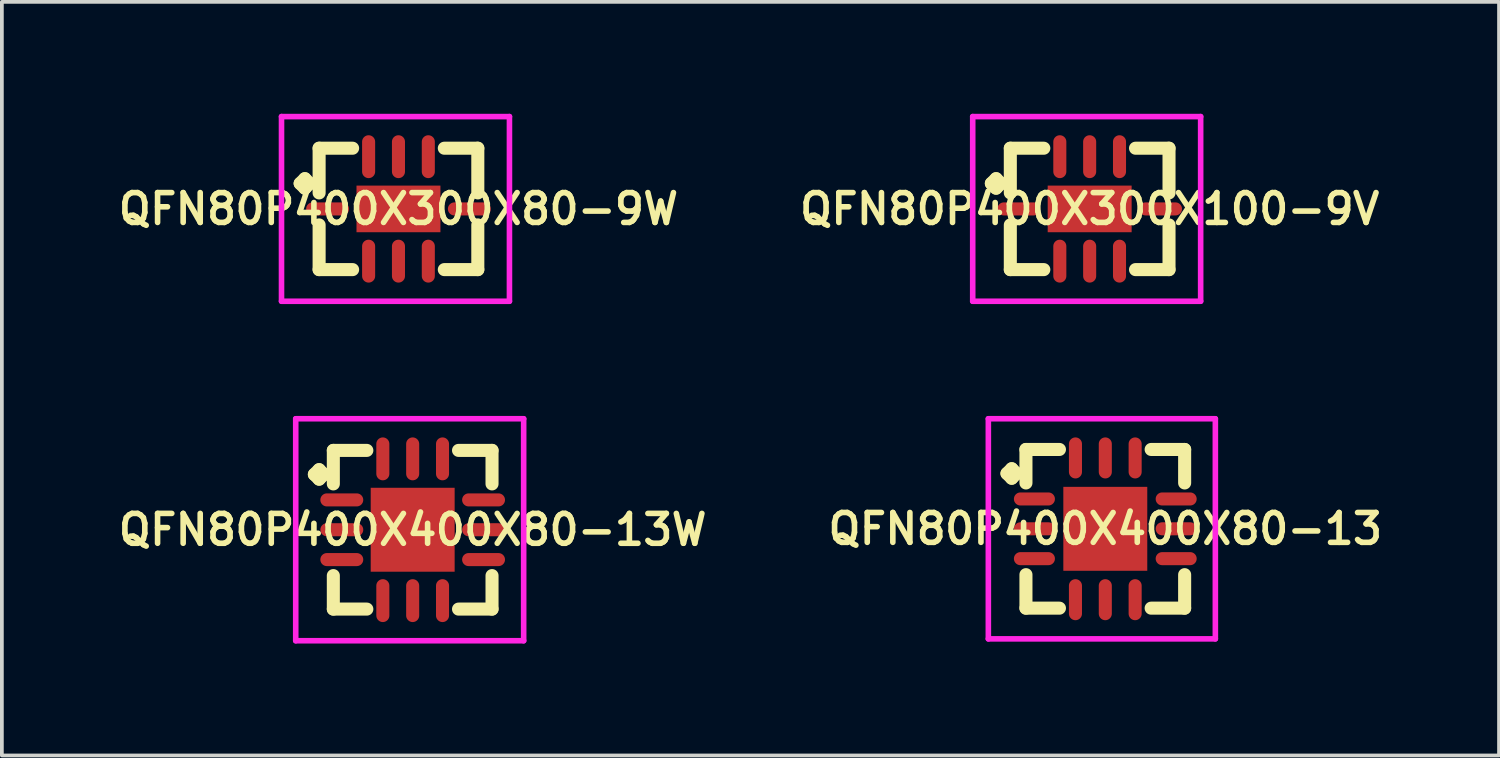
<source format=kicad_pcb>
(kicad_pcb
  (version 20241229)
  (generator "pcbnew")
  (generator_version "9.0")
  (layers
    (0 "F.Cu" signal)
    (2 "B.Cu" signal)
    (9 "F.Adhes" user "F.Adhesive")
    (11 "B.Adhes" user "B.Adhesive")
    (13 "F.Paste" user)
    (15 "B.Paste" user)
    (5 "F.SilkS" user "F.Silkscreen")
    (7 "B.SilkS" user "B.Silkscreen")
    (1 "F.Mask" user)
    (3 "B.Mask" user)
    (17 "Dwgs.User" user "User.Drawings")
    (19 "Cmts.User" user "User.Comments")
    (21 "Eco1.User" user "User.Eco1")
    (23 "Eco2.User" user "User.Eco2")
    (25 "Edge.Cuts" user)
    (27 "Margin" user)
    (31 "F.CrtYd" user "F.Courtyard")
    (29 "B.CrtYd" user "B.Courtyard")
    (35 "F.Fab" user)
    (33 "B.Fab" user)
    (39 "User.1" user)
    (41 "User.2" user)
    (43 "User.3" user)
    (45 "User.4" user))
  (footprint "QFN80P400X400X80-13"
    (layer "F.Cu")
    (at 26.578 11.125)
    (property "Reference" "QFN80P400X400X80-13" (at 0 0 0) (layer "F.SilkS") (effects (font (size 0.8 0.8) (thickness 0.15))))
    (attr smd)
    (fp_line (start -2.635 -1.483) (end -2.508 -1.61) (stroke (width 0.35) (type solid)) (layer "F.SilkS"))
    (fp_line (start -2.508 -1.61) (end -2.381 -1.483) (stroke (width 0.35) (type solid)) (layer "F.SilkS"))
    (fp_line (start -2.508 -1.356) (end -2.635 -1.483) (stroke (width 0.35) (type solid)) (layer "F.SilkS"))
    (fp_line (start -2.381 -1.483) (end -2.508 -1.356) (stroke (width 0.35) (type solid)) (layer "F.SilkS"))
    (fp_line (start -2.127 -2.127) (end -1.229 -2.127) (stroke (width 0.35) (type solid)) (layer "F.SilkS"))
    (fp_line (start -2.127 -1.229) (end -2.127 -2.127) (stroke (width 0.35) (type solid)) (layer "F.SilkS"))
    (fp_line (start -2.127 1.229) (end -2.127 2.127) (stroke (width 0.35) (type solid)) (layer "F.SilkS"))
    (fp_line (start -2.127 2.127) (end -1.229 2.127) (stroke (width 0.35) (type solid)) (layer "F.SilkS"))
    (fp_line (start 1.229 -2.127) (end 2.127 -2.127) (stroke (width 0.35) (type solid)) (layer "F.SilkS"))
    (fp_line (start 1.229 2.127) (end 2.127 2.127) (stroke (width 0.35) (type solid)) (layer "F.SilkS"))
    (fp_line (start 2.127 -2.127) (end 2.127 -1.229) (stroke (width 0.35) (type solid)) (layer "F.SilkS"))
    (fp_line (start 2.127 2.127) (end 2.127 1.229) (stroke (width 0.35) (type solid)) (layer "F.SilkS"))
    (fp_line (start -3.135 -2.95) (end 2.95 -2.95) (stroke (width 0.15) (type solid)) (layer "F.CrtYd"))
    (fp_line (start -3.135 2.95) (end -3.135 -2.95) (stroke (width 0.15) (type solid)) (layer "F.CrtYd"))
    (fp_line (start 2.95 -2.95) (end 2.95 2.95) (stroke (width 0.15) (type solid)) (layer "F.CrtYd"))
    (fp_line (start 2.95 2.95) (end -3.135 2.95) (stroke (width 0.15) (type solid)) (layer "F.CrtYd"))
    (pad "1" smd oval (at -1.9 -0.8) (size 1.1 0.35) (layers "F.Cu" "F.Mask" "F.Paste"))
    (pad "2" smd oval (at -1.9 0) (size 1.1 0.35) (layers "F.Cu" "F.Mask" "F.Paste"))
    (pad "3" smd oval (at -1.9 0.8) (size 1.1 0.35) (layers "F.Cu" "F.Mask" "F.Paste"))
    (pad "4" smd oval (at -0.8 1.9) (size 0.35 1.1) (layers "F.Cu" "F.Mask" "F.Paste"))
    (pad "5" smd oval (at 0 1.9) (size 0.35 1.1) (layers "F.Cu" "F.Mask" "F.Paste"))
    (pad "6" smd oval (at 0.8 1.9) (size 0.35 1.1) (layers "F.Cu" "F.Mask" "F.Paste"))
    (pad "7" smd oval (at 1.9 0.8) (size 1.1 0.35) (layers "F.Cu" "F.Mask" "F.Paste"))
    (pad "8" smd oval (at 1.9 0) (size 1.1 0.35) (layers "F.Cu" "F.Mask" "F.Paste"))
    (pad "9" smd oval (at 1.9 -0.8) (size 1.1 0.35) (layers "F.Cu" "F.Mask" "F.Paste"))
    (pad "10" smd oval (at 0.8 -1.9) (size 0.35 1.1) (layers "F.Cu" "F.Mask" "F.Paste"))
    (pad "11" smd oval (at 0 -1.9) (size 0.35 1.1) (layers "F.Cu" "F.Mask" "F.Paste"))
    (pad "12" smd oval (at -0.8 -1.9) (size 0.35 1.1) (layers "F.Cu" "F.Mask" "F.Paste"))
    (pad "13" smd rect (at 0 0) (size 2.25 2.25) (layers "F.Cu" "F.Mask" "F.Paste")))
  (footprint "QFN80P400X300X100-9V"
    (layer "F.Cu")
    (at 26.159 2.55)
    (property "Reference" "QFN80P400X300X100-9V" (at 0 0 0) (layer "F.SilkS") (effects (font (size 0.8 0.8) (thickness 0.15))))
    (attr smd)
    (fp_line (start -2.635 -0.683) (end -2.508 -0.81) (stroke (width 0.35) (type solid)) (layer "F.SilkS"))
    (fp_line (start -2.508 -0.81) (end -2.381 -0.683) (stroke (width 0.35) (type solid)) (layer "F.SilkS"))
    (fp_line (start -2.508 -0.556) (end -2.635 -0.683) (stroke (width 0.35) (type solid)) (layer "F.SilkS"))
    (fp_line (start -2.381 -0.683) (end -2.508 -0.556) (stroke (width 0.35) (type solid)) (layer "F.SilkS"))
    (fp_line (start -2.127 -1.627) (end -1.229 -1.627) (stroke (width 0.35) (type solid)) (layer "F.SilkS"))
    (fp_line (start -2.127 -0.429) (end -2.127 -1.627) (stroke (width 0.35) (type solid)) (layer "F.SilkS"))
    (fp_line (start -2.127 0.429) (end -2.127 1.627) (stroke (width 0.35) (type solid)) (layer "F.SilkS"))
    (fp_line (start -2.127 1.627) (end -1.229 1.627) (stroke (width 0.35) (type solid)) (layer "F.SilkS"))
    (fp_line (start 1.229 -1.627) (end 2.127 -1.627) (stroke (width 0.35) (type solid)) (layer "F.SilkS"))
    (fp_line (start 1.229 1.627) (end 2.127 1.627) (stroke (width 0.35) (type solid)) (layer "F.SilkS"))
    (fp_line (start 2.127 -1.627) (end 2.127 -0.429) (stroke (width 0.35) (type solid)) (layer "F.SilkS"))
    (fp_line (start 2.127 1.627) (end 2.127 0.429) (stroke (width 0.35) (type solid)) (layer "F.SilkS"))
    (fp_line (start -3.135 -2.475) (end 2.975 -2.475) (stroke (width 0.15) (type solid)) (layer "F.CrtYd"))
    (fp_line (start -3.135 2.475) (end -3.135 -2.475) (stroke (width 0.15) (type solid)) (layer "F.CrtYd"))
    (fp_line (start 2.975 -2.475) (end 2.975 2.475) (stroke (width 0.15) (type solid)) (layer "F.CrtYd"))
    (fp_line (start 2.975 2.475) (end -3.135 2.475) (stroke (width 0.15) (type solid)) (layer "F.CrtYd"))
    (pad "1" smd oval (at -1.9 0) (size 1.15 0.35) (layers "F.Cu" "F.Mask" "F.Paste"))
    (pad "2" smd oval (at -0.8 1.4) (size 0.35 1.15) (layers "F.Cu" "F.Mask" "F.Paste"))
    (pad "3" smd oval (at 0 1.4) (size 0.35 1.15) (layers "F.Cu" "F.Mask" "F.Paste"))
    (pad "4" smd oval (at 0.8 1.4) (size 0.35 1.15) (layers "F.Cu" "F.Mask" "F.Paste"))
    (pad "5" smd oval (at 1.9 0) (size 1.15 0.35) (layers "F.Cu" "F.Mask" "F.Paste"))
    (pad "6" smd oval (at 0.8 -1.4) (size 0.35 1.15) (layers "F.Cu" "F.Mask" "F.Paste"))
    (pad "7" smd oval (at 0 -1.4) (size 0.35 1.15) (layers "F.Cu" "F.Mask" "F.Paste"))
    (pad "8" smd oval (at -0.8 -1.4) (size 0.35 1.15) (layers "F.Cu" "F.Mask" "F.Paste"))
    (pad "9" smd rect (at 0 0) (size 2.25 1.25) (layers "F.Cu" "F.Mask" "F.Paste")))
  (footprint "QFN80P400X300X80-9W"
    (layer "F.Cu")
    (at 7.631 2.55)
    (property "Reference" "QFN80P400X300X80-9W" (at 0 0 0) (layer "F.SilkS") (effects (font (size 0.8 0.8) (thickness 0.15))))
    (attr smd)
    (fp_line (start -2.635 -0.683) (end -2.508 -0.81) (stroke (width 0.35) (type solid)) (layer "F.SilkS"))
    (fp_line (start -2.508 -0.81) (end -2.381 -0.683) (stroke (width 0.35) (type solid)) (layer "F.SilkS"))
    (fp_line (start -2.508 -0.556) (end -2.635 -0.683) (stroke (width 0.35) (type solid)) (layer "F.SilkS"))
    (fp_line (start -2.381 -0.683) (end -2.508 -0.556) (stroke (width 0.35) (type solid)) (layer "F.SilkS"))
    (fp_line (start -2.127 -1.627) (end -1.229 -1.627) (stroke (width 0.35) (type solid)) (layer "F.SilkS"))
    (fp_line (start -2.127 -0.429) (end -2.127 -1.627) (stroke (width 0.35) (type solid)) (layer "F.SilkS"))
    (fp_line (start -2.127 0.429) (end -2.127 1.627) (stroke (width 0.35) (type solid)) (layer "F.SilkS"))
    (fp_line (start -2.127 1.627) (end -1.229 1.627) (stroke (width 0.35) (type solid)) (layer "F.SilkS"))
    (fp_line (start 1.229 -1.627) (end 2.127 -1.627) (stroke (width 0.35) (type solid)) (layer "F.SilkS"))
    (fp_line (start 1.229 1.627) (end 2.127 1.627) (stroke (width 0.35) (type solid)) (layer "F.SilkS"))
    (fp_line (start 2.127 -1.627) (end 2.127 -0.429) (stroke (width 0.35) (type solid)) (layer "F.SilkS"))
    (fp_line (start 2.127 1.627) (end 2.127 0.429) (stroke (width 0.35) (type solid)) (layer "F.SilkS"))
    (fp_line (start -3.135 -2.475) (end 2.975 -2.475) (stroke (width 0.15) (type solid)) (layer "F.CrtYd"))
    (fp_line (start -3.135 2.475) (end -3.135 -2.475) (stroke (width 0.15) (type solid)) (layer "F.CrtYd"))
    (fp_line (start 2.975 -2.475) (end 2.975 2.475) (stroke (width 0.15) (type solid)) (layer "F.CrtYd"))
    (fp_line (start 2.975 2.475) (end -3.135 2.475) (stroke (width 0.15) (type solid)) (layer "F.CrtYd"))
    (pad "1" smd oval (at -1.9 0) (size 1.15 0.35) (layers "F.Cu" "F.Mask" "F.Paste"))
    (pad "2" smd oval (at -0.8 1.4) (size 0.35 1.15) (layers "F.Cu" "F.Mask" "F.Paste"))
    (pad "3" smd oval (at 0 1.4) (size 0.35 1.15) (layers "F.Cu" "F.Mask" "F.Paste"))
    (pad "4" smd oval (at 0.8 1.4) (size 0.35 1.15) (layers "F.Cu" "F.Mask" "F.Paste"))
    (pad "5" smd oval (at 1.9 0) (size 1.15 0.35) (layers "F.Cu" "F.Mask" "F.Paste"))
    (pad "6" smd oval (at 0.8 -1.4) (size 0.35 1.15) (layers "F.Cu" "F.Mask" "F.Paste"))
    (pad "7" smd oval (at 0 -1.4) (size 0.35 1.15) (layers "F.Cu" "F.Mask" "F.Paste"))
    (pad "8" smd oval (at -0.8 -1.4) (size 0.35 1.15) (layers "F.Cu" "F.Mask" "F.Paste"))
    (pad "9" smd rect (at 0 0) (size 2.25 1.25) (layers "F.Cu" "F.Mask" "F.Paste")))
  (footprint "QFN80P400X400X80-13W"
    (layer "F.Cu")
    (at 8.012 11.15)
    (property "Reference" "QFN80P400X400X80-13W" (at 0 0 0) (layer "F.SilkS") (effects (font (size 0.8 0.8) (thickness 0.15))))
    (attr smd)
    (fp_line (start -2.635 -1.483) (end -2.508 -1.61) (stroke (width 0.35) (type solid)) (layer "F.SilkS"))
    (fp_line (start -2.508 -1.61) (end -2.381 -1.483) (stroke (width 0.35) (type solid)) (layer "F.SilkS"))
    (fp_line (start -2.508 -1.356) (end -2.635 -1.483) (stroke (width 0.35) (type solid)) (layer "F.SilkS"))
    (fp_line (start -2.381 -1.483) (end -2.508 -1.356) (stroke (width 0.35) (type solid)) (layer "F.SilkS"))
    (fp_line (start -2.127 -2.127) (end -1.229 -2.127) (stroke (width 0.35) (type solid)) (layer "F.SilkS"))
    (fp_line (start -2.127 -1.229) (end -2.127 -2.127) (stroke (width 0.35) (type solid)) (layer "F.SilkS"))
    (fp_line (start -2.127 1.229) (end -2.127 2.127) (stroke (width 0.35) (type solid)) (layer "F.SilkS"))
    (fp_line (start -2.127 2.127) (end -1.229 2.127) (stroke (width 0.35) (type solid)) (layer "F.SilkS"))
    (fp_line (start 1.229 -2.127) (end 2.127 -2.127) (stroke (width 0.35) (type solid)) (layer "F.SilkS"))
    (fp_line (start 1.229 2.127) (end 2.127 2.127) (stroke (width 0.35) (type solid)) (layer "F.SilkS"))
    (fp_line (start 2.127 -2.127) (end 2.127 -1.229) (stroke (width 0.35) (type solid)) (layer "F.SilkS"))
    (fp_line (start 2.127 2.127) (end 2.127 1.229) (stroke (width 0.35) (type solid)) (layer "F.SilkS"))
    (fp_line (start -3.135 -2.975) (end 2.975 -2.975) (stroke (width 0.15) (type solid)) (layer "F.CrtYd"))
    (fp_line (start -3.135 2.975) (end -3.135 -2.975) (stroke (width 0.15) (type solid)) (layer "F.CrtYd"))
    (fp_line (start 2.975 -2.975) (end 2.975 2.975) (stroke (width 0.15) (type solid)) (layer "F.CrtYd"))
    (fp_line (start 2.975 2.975) (end -3.135 2.975) (stroke (width 0.15) (type solid)) (layer "F.CrtYd"))
    (pad "1" smd oval (at -1.9 -0.8) (size 1.15 0.35) (layers "F.Cu" "F.Mask" "F.Paste"))
    (pad "2" smd oval (at -1.9 0) (size 1.15 0.35) (layers "F.Cu" "F.Mask" "F.Paste"))
    (pad "3" smd oval (at -1.9 0.8) (size 1.15 0.35) (layers "F.Cu" "F.Mask" "F.Paste"))
    (pad "4" smd oval (at -0.8 1.9) (size 0.35 1.15) (layers "F.Cu" "F.Mask" "F.Paste"))
    (pad "5" smd oval (at 0 1.9) (size 0.35 1.15) (layers "F.Cu" "F.Mask" "F.Paste"))
    (pad "6" smd oval (at 0.8 1.9) (size 0.35 1.15) (layers "F.Cu" "F.Mask" "F.Paste"))
    (pad "7" smd oval (at 1.9 0.8) (size 1.15 0.35) (layers "F.Cu" "F.Mask" "F.Paste"))
    (pad "8" smd oval (at 1.9 0) (size 1.15 0.35) (layers "F.Cu" "F.Mask" "F.Paste"))
    (pad "9" smd oval (at 1.9 -0.8) (size 1.15 0.35) (layers "F.Cu" "F.Mask" "F.Paste"))
    (pad "10" smd oval (at 0.8 -1.9) (size 0.35 1.15) (layers "F.Cu" "F.Mask" "F.Paste"))
    (pad "11" smd oval (at 0 -1.9) (size 0.35 1.15) (layers "F.Cu" "F.Mask" "F.Paste"))
    (pad "12" smd oval (at -0.8 -1.9) (size 0.35 1.15) (layers "F.Cu" "F.Mask" "F.Paste"))
    (pad "13" smd rect (at 0 0) (size 2.25 2.25) (layers "F.Cu" "F.Mask" "F.Paste")))
  (gr_rect
    (start -3 -3)
    (end 37.132 17.2)
    (stroke (width 0.1) (type default))
    (fill no)
    (layer "Edge.Cuts")))
</source>
